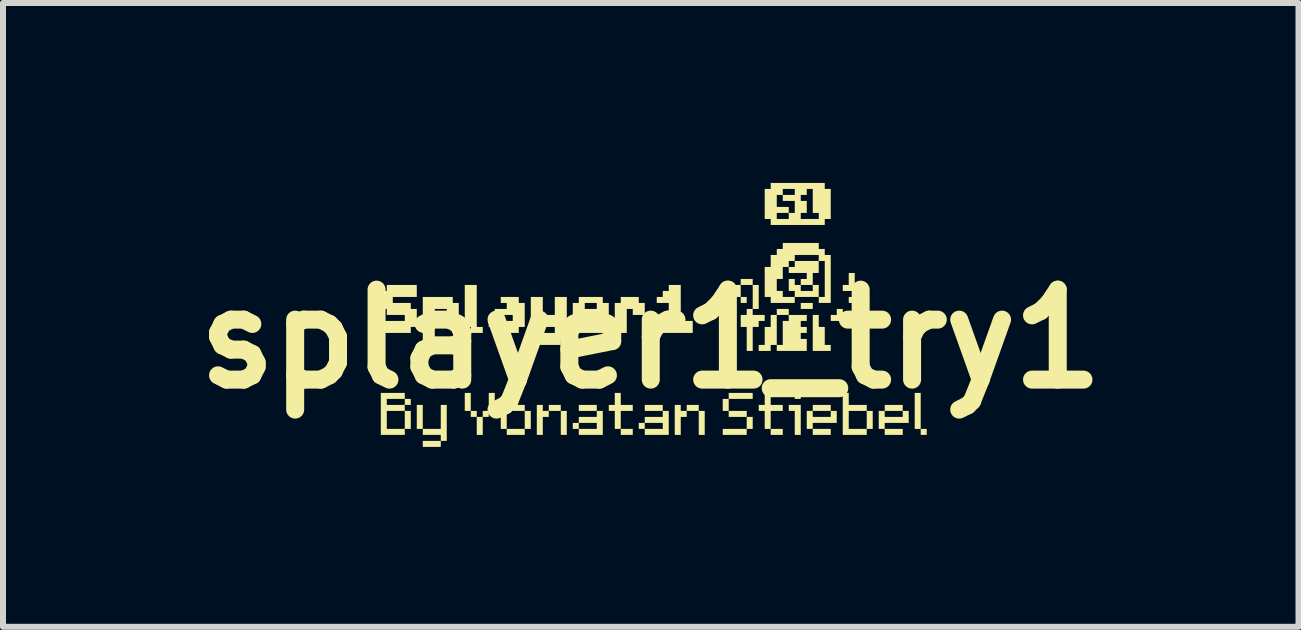
<source format=kicad_pcb>
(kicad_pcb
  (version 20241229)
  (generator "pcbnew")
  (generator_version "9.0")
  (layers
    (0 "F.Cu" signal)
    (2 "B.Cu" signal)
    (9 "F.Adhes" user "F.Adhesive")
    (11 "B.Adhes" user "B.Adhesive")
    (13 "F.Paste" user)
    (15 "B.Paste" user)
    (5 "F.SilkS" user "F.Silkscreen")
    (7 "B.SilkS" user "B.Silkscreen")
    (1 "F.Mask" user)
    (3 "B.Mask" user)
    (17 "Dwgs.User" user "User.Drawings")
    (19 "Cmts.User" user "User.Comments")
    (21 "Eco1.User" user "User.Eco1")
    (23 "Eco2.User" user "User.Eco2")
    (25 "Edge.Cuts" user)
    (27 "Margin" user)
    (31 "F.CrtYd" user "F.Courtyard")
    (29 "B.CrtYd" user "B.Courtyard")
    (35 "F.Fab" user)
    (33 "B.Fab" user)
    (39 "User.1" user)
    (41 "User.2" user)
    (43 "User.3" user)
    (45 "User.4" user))
  (footprint "splayer1_try1"
    (layer "F.Cu")
    (at 7.8 2.601)
    (property "Reference" "splayer1_try1" (at 0 0 0) (layer "F.SilkS") (effects (font (size 1.5 1.5) (thickness 0.3))))
    (attr board_only exclude_from_pos_files exclude_from_bom)
    (fp_poly (pts (xy -3.001 1.05) (xy -3.001 1.2) (xy -3.051 1.2) (xy -3.101 1.2) (xy -3.101 1.05) (xy -3.101 0.9) (xy -3.051 0.9) (xy -3.001 0.9)) (stroke (width 0) (type solid)) (fill yes) (layer "F.SilkS"))
    (fp_poly (pts (xy -1.4 1.4) (xy -1.4 1.6) (xy -1.45 1.6) (xy -1.5 1.6) (xy -1.5 1.4) (xy -1.5 1.2) (xy -1.45 1.2) (xy -1.4 1.2)) (stroke (width 0) (type solid)) (fill yes) (layer "F.SilkS"))
    (fp_poly (pts (xy -0.9 1.15) (xy -0.9 1.2) (xy -1.05 1.2) (xy -1.2 1.2) (xy -1.2 1.15) (xy -1.2 1.1) (xy -1.05 1.1) (xy -0.9 1.1)) (stroke (width 0) (type solid)) (fill yes) (layer "F.SilkS"))
    (fp_poly (pts (xy -0.3 1.55) (xy -0.3 1.6) (xy -0.4 1.6) (xy -0.5 1.6) (xy -0.5 1.55) (xy -0.5 1.5) (xy -0.4 1.5) (xy -0.3 1.5)) (stroke (width 0) (type solid)) (fill yes) (layer "F.SilkS"))
    (fp_poly (pts (xy 0.2 1.15) (xy 0.2 1.2) (xy 0.05 1.2) (xy -0.1 1.2) (xy -0.1 1.15) (xy -0.1 1.1) (xy 0.05 1.1) (xy 0.2 1.1)) (stroke (width 0) (type solid)) (fill yes) (layer "F.SilkS"))
    (fp_poly (pts (xy 0.9 1.4) (xy 0.9 1.6) (xy 0.85 1.6) (xy 0.8 1.6) (xy 0.8 1.4) (xy 0.8 1.2) (xy 0.85 1.2) (xy 0.9 1.2)) (stroke (width 0) (type solid)) (fill yes) (layer "F.SilkS"))
    (fp_poly (pts (xy 1.6 -0.65) (xy 1.6 -0.6) (xy 1.55 -0.6) (xy 1.5 -0.6) (xy 1.5 -0.65) (xy 1.5 -0.7) (xy 1.55 -0.7) (xy 1.6 -0.7)) (stroke (width 0) (type solid)) (fill yes) (layer "F.SilkS"))
    (fp_poly (pts (xy 1.6 1.25) (xy 1.6 1.3) (xy 1.45 1.3) (xy 1.3 1.3) (xy 1.3 1.25) (xy 1.3 1.2) (xy 1.45 1.2) (xy 1.6 1.2)) (stroke (width 0) (type solid)) (fill yes) (layer "F.SilkS"))
    (fp_poly (pts (xy 2.201 1.55) (xy 2.201 1.6) (xy 2.101 1.6) (xy 2 1.6) (xy 2 1.55) (xy 2 1.5) (xy 2.101 1.5) (xy 2.201 1.5)) (stroke (width 0) (type solid)) (fill yes) (layer "F.SilkS"))
    (fp_poly (pts (xy 2.501 0.95) (xy 2.501 1) (xy 2.451 1) (xy 2.401 1) (xy 2.401 0.95) (xy 2.401 0.9) (xy 2.451 0.9) (xy 2.501 0.9)) (stroke (width 0) (type solid)) (fill yes) (layer "F.SilkS"))
    (fp_poly (pts (xy 2.701 -0.55) (xy 2.701 -0.5) (xy 2.601 -0.5) (xy 2.501 -0.5) (xy 2.501 -0.55) (xy 2.501 -0.6) (xy 2.601 -0.6) (xy 2.701 -0.6)) (stroke (width 0) (type solid)) (fill yes) (layer "F.SilkS"))
    (fp_poly (pts (xy 3.001 1.55) (xy 3.001 1.6) (xy 2.851 1.6) (xy 2.701 1.6) (xy 2.701 1.55) (xy 2.701 1.5) (xy 2.851 1.5) (xy 3.001 1.5)) (stroke (width 0) (type solid)) (fill yes) (layer "F.SilkS"))
    (fp_poly (pts (xy 4.201 1.55) (xy 4.201 1.6) (xy 4.051 1.6) (xy 3.901 1.6) (xy 3.901 1.55) (xy 3.901 1.5) (xy 4.051 1.5) (xy 4.201 1.5)) (stroke (width 0) (type solid)) (fill yes) (layer "F.SilkS"))
    (fp_poly (pts (xy 4.501 1.2) (xy 4.501 1.5) (xy 4.451 1.5) (xy 4.401 1.5) (xy 4.401 1.2) (xy 4.401 0.9) (xy 4.451 0.9) (xy 4.501 0.9)) (stroke (width 0) (type solid)) (fill yes) (layer "F.SilkS"))
    (fp_poly (pts (xy 4.601 1.55) (xy 4.601 1.6) (xy 4.551 1.6) (xy 4.501 1.6) (xy 4.501 1.55) (xy 4.501 1.5) (xy 4.551 1.5) (xy 4.601 1.5)) (stroke (width 0) (type solid)) (fill yes) (layer "F.SilkS"))
    (fp_poly (pts (xy 2.501 1.35) (xy 2.501 1.6) (xy 2.451 1.6) (xy 2.401 1.6) (xy 2.401 1.4) (xy 2.401 1.2) (xy 2.351 1.2) (xy 2.301 1.2) (xy 2.301 1.15) (xy 2.301 1.1) (xy 2.401 1.1) (xy 2.501 1.1)) (stroke (width 0) (type solid)) (fill yes) (layer "F.SilkS"))
    (fp_poly (pts (xy 3.401 -0.95) (xy 3.401 -0.8) (xy 3.301 -0.8) (xy 3.201 -0.8) (xy 3.201 -0.85) (xy 3.201 -0.9) (xy 3.251 -0.9) (xy 3.301 -0.9) (xy 3.301 -1) (xy 3.301 -1.1) (xy 3.351 -1.1) (xy 3.401 -1.1)) (stroke (width 0) (type solid)) (fill yes) (layer "F.SilkS"))
    (fp_poly (pts (xy -2.901 -0.55) (xy -2.901 -0.2) (xy -2.851 -0.2) (xy -2.801 -0.2) (xy -2.801 -0.15) (xy -2.801 -0.1) (xy -2.901 -0.1) (xy -3.001 -0.1) (xy -3.001 -0.15) (xy -3.001 -0.2) (xy -3.051 -0.2) (xy -3.101 -0.2) (xy -3.101 -0.55) (xy -3.101 -0.9) (xy -3.001 -0.9) (xy -2.901 -0.9)) (stroke (width 0) (type solid)) (fill yes) (layer "F.SilkS"))
    (fp_poly (pts (xy 1.7 -0.95) (xy 1.7 -0.9) (xy 1.6 -0.9) (xy 1.5 -0.9) (xy 1.5 -0.8) (xy 1.5 -0.7) (xy 1.45 -0.7) (xy 1.4 -0.7) (xy 1.4 -0.8) (xy 1.4 -0.9) (xy 1.45 -0.9) (xy 1.5 -0.9) (xy 1.5 -0.95) (xy 1.5 -1) (xy 1.6 -1) (xy 1.7 -1)) (stroke (width 0) (type solid)) (fill yes) (layer "F.SilkS"))
    (fp_poly (pts (xy 1.7 0.95) (xy 1.7 1) (xy 1.5 1) (xy 1.3 1) (xy 1.3 1.1) (xy 1.3 1.2) (xy 1.25 1.2) (xy 1.2 1.2) (xy 1.2 1.1) (xy 1.2 1) (xy 1.25 1) (xy 1.3 1) (xy 1.3 0.95) (xy 1.3 0.9) (xy 1.5 0.9) (xy 1.7 0.9)) (stroke (width 0) (type solid)) (fill yes) (layer "F.SilkS"))
    (fp_poly (pts (xy 1.7 1.4) (xy 1.7 1.5) (xy 1.65 1.5) (xy 1.6 1.5) (xy 1.6 1.55) (xy 1.6 1.6) (xy 1.4 1.6) (xy 1.2 1.6) (xy 1.2 1.55) (xy 1.2 1.5) (xy 1.4 1.5) (xy 1.6 1.5) (xy 1.6 1.4) (xy 1.6 1.3) (xy 1.65 1.3) (xy 1.7 1.3)) (stroke (width 0) (type solid)) (fill yes) (layer "F.SilkS"))
    (fp_poly (pts (xy 2.801 -0.3) (xy 2.801 -0.2) (xy 2.851 -0.2) (xy 2.901 -0.2) (xy 2.901 -0.05) (xy 2.901 0.1) (xy 2.951 0.1) (xy 3.001 0.1) (xy 3.001 0.15) (xy 3.001 0.2) (xy 2.851 0.2) (xy 2.701 0.2) (xy 2.701 -0.1) (xy 2.701 -0.4) (xy 2.751 -0.4) (xy 2.801 -0.4)) (stroke (width 0) (type solid)) (fill yes) (layer "F.SilkS"))
    (fp_poly (pts (xy 3.201 -0.45) (xy 3.201 -0.4) (xy 3.301 -0.4) (xy 3.401 -0.4) (xy 3.401 -0.35) (xy 3.401 -0.3) (xy 3.201 -0.3) (xy 3.001 -0.3) (xy 3.001 -0.35) (xy 3.001 -0.4) (xy 3.051 -0.4) (xy 3.101 -0.4) (xy 3.101 -0.45) (xy 3.101 -0.5) (xy 3.151 -0.5) (xy 3.201 -0.5)) (stroke (width 0) (type solid)) (fill yes) (layer "F.SilkS"))
    (fp_poly (pts (xy 3.501 -0.75) (xy 3.501 -0.7) (xy 3.451 -0.7) (xy 3.401 -0.7) (xy 3.401 -0.65) (xy 3.401 -0.6) (xy 3.351 -0.6) (xy 3.301 -0.6) (xy 3.301 -0.65) (xy 3.301 -0.7) (xy 3.351 -0.7) (xy 3.401 -0.7) (xy 3.401 -0.75) (xy 3.401 -0.8) (xy 3.451 -0.8) (xy 3.501 -0.8)) (stroke (width 0) (type solid)) (fill yes) (layer "F.SilkS"))
    (fp_poly (pts (xy -1.8 1.15) (xy -1.8 1.2) (xy -1.75 1.2) (xy -1.7 1.2) (xy -1.7 1.15) (xy -1.7 1.1) (xy -1.6 1.1) (xy -1.5 1.1) (xy -1.5 1.15) (xy -1.5 1.2) (xy -1.6 1.2) (xy -1.7 1.2) (xy -1.7 1.25) (xy -1.7 1.3) (xy -1.75 1.3) (xy -1.8 1.3) (xy -1.8 1.45) (xy -1.8 1.6) (xy -1.85 1.6) (xy -1.9 1.6) (xy -1.9 1.35) (xy -1.9 1.1) (xy -1.85 1.1) (xy -1.8 1.1)) (stroke (width 0) (type solid)) (fill yes) (layer "F.SilkS"))
    (fp_poly (pts (xy -0.5 1) (xy -0.5 1.1) (xy -0.4 1.1) (xy -0.3 1.1) (xy -0.3 1.15) (xy -0.3 1.2) (xy -0.4 1.2) (xy -0.5 1.2) (xy -0.5 1.35) (xy -0.5 1.5) (xy -0.55 1.5) (xy -0.6 1.5) (xy -0.6 1.35) (xy -0.6 1.2) (xy -0.65 1.2) (xy -0.7 1.2) (xy -0.7 1.15) (xy -0.7 1.1) (xy -0.65 1.1) (xy -0.6 1.1) (xy -0.6 1) (xy -0.6 0.9) (xy -0.55 0.9) (xy -0.5 0.9)) (stroke (width 0) (type solid)) (fill yes) (layer "F.SilkS"))
    (fp_poly (pts (xy -0.2 -0.65) (xy -0.2 -0.6) (xy -0.15 -0.6) (xy -0.1 -0.6) (xy -0.1 -0.5) (xy -0.1 -0.4) (xy -0.2 -0.4) (xy -0.3 -0.4) (xy -0.3 -0.45) (xy -0.3 -0.5) (xy -0.35 -0.5) (xy -0.4 -0.5) (xy -0.4 -0.3) (xy -0.4 -0.1) (xy -0.5 -0.1) (xy -0.6 -0.1) (xy -0.6 -0.35) (xy -0.6 -0.6) (xy -0.55 -0.6) (xy -0.5 -0.6) (xy -0.5 -0.65) (xy -0.5 -0.7) (xy -0.35 -0.7) (xy -0.2 -0.7)) (stroke (width 0) (type solid)) (fill yes) (layer "F.SilkS"))
    (fp_poly (pts (xy 0.5 1.15) (xy 0.5 1.2) (xy 0.55 1.2) (xy 0.6 1.2) (xy 0.6 1.15) (xy 0.6 1.1) (xy 0.7 1.1) (xy 0.8 1.1) (xy 0.8 1.15) (xy 0.8 1.2) (xy 0.7 1.2) (xy 0.6 1.2) (xy 0.6 1.25) (xy 0.6 1.3) (xy 0.55 1.3) (xy 0.5 1.3) (xy 0.5 1.45) (xy 0.5 1.6) (xy 0.45 1.6) (xy 0.4 1.6) (xy 0.4 1.35) (xy 0.4 1.1) (xy 0.45 1.1) (xy 0.5 1.1)) (stroke (width 0) (type solid)) (fill yes) (layer "F.SilkS"))
    (fp_poly (pts (xy 2 1) (xy 2 1.1) (xy 2.101 1.1) (xy 2.201 1.1) (xy 2.201 1.15) (xy 2.201 1.2) (xy 2.101 1.2) (xy 2 1.2) (xy 2 1.35) (xy 2 1.5) (xy 1.95 1.5) (xy 1.9 1.5) (xy 1.9 1.35) (xy 1.9 1.2) (xy 1.85 1.2) (xy 1.8 1.2) (xy 1.8 1.15) (xy 1.8 1.1) (xy 1.85 1.1) (xy 1.9 1.1) (xy 1.9 1) (xy 1.9 0.9) (xy 1.95 0.9) (xy 2 0.9)) (stroke (width 0) (type solid)) (fill yes) (layer "F.SilkS"))
    (fp_poly (pts (xy 2.801 -1.2) (xy 2.801 -1.1) (xy 2.751 -1.1) (xy 2.701 -1.1) (xy 2.701 -1) (xy 2.701 -0.9) (xy 2.601 -0.9) (xy 2.501 -0.9) (xy 2.501 -0.95) (xy 2.501 -1) (xy 2.551 -1) (xy 2.601 -1) (xy 2.601 -1.05) (xy 2.601 -1.1) (xy 2.451 -1.1) (xy 2.301 -1.1) (xy 2.301 -1.15) (xy 2.301 -1.2) (xy 2.351 -1.2) (xy 2.401 -1.2) (xy 2.401 -1.25) (xy 2.401 -1.3) (xy 2.601 -1.3) (xy 2.801 -1.3)) (stroke (width 0) (type solid)) (fill yes) (layer "F.SilkS"))
    (fp_poly (pts (xy -0.8 1.4) (xy -0.8 1.6) (xy -1 1.6) (xy -1.2 1.6) (xy -1.2 1.55) (xy -1.2 1.5) (xy -1.25 1.5) (xy -1.3 1.5) (xy -1.3 1.45) (xy -1.3 1.4) (xy -1.25 1.4) (xy -1.2 1.4) (xy -1.2 1.45) (xy -1.2 1.5) (xy -1.05 1.5) (xy -0.9 1.5) (xy -0.9 1.45) (xy -0.9 1.4) (xy -1.05 1.4) (xy -1.2 1.4) (xy -1.2 1.35) (xy -1.2 1.3) (xy -1.05 1.3) (xy -0.9 1.3) (xy -0.9 1.25) (xy -0.9 1.2) (xy -0.85 1.2) (xy -0.8 1.2)) (stroke (width 0) (type solid)) (fill yes) (layer "F.SilkS"))
    (fp_poly (pts (xy 0.3 1.4) (xy 0.3 1.6) (xy 0.1 1.6) (xy -0.1 1.6) (xy -0.1 1.55) (xy -0.1 1.5) (xy -0.15 1.5) (xy -0.2 1.5) (xy -0.2 1.45) (xy -0.2 1.4) (xy -0.15 1.4) (xy -0.1 1.4) (xy -0.1 1.45) (xy -0.1 1.5) (xy 0.05 1.5) (xy 0.2 1.5) (xy 0.2 1.45) (xy 0.2 1.4) (xy 0.05 1.4) (xy -0.1 1.4) (xy -0.1 1.35) (xy -0.1 1.3) (xy 0.05 1.3) (xy 0.2 1.3) (xy 0.2 1.25) (xy 0.2 1.2) (xy 0.25 1.2) (xy 0.3 1.2)) (stroke (width 0) (type solid)) (fill yes) (layer "F.SilkS"))
    (fp_poly (pts (xy 0.5 -0.6) (xy 0.5 -0.3) (xy 0.6 -0.3) (xy 0.7 -0.3) (xy 0.7 -0.2) (xy 0.7 -0.1) (xy 0.4 -0.1) (xy 0.1 -0.1) (xy 0.1 -0.2) (xy 0.1 -0.3) (xy 0.2 -0.3) (xy 0.3 -0.3) (xy 0.3 -0.45) (xy 0.3 -0.6) (xy 0.2 -0.6) (xy 0.1 -0.6) (xy 0.1 -0.65) (xy 0.1 -0.7) (xy 0.15 -0.7) (xy 0.2 -0.7) (xy 0.2 -0.75) (xy 0.2 -0.8) (xy 0.25 -0.8) (xy 0.3 -0.8) (xy 0.3 -0.85) (xy 0.3 -0.9) (xy 0.4 -0.9) (xy 0.5 -0.9)) (stroke (width 0) (type solid)) (fill yes) (layer "F.SilkS"))
    (fp_poly (pts (xy 3.001 1.15) (xy 3.001 1.2) (xy 2.851 1.2) (xy 2.701 1.2) (xy 2.701 1.25) (xy 2.701 1.3) (xy 2.851 1.3) (xy 3.001 1.3) (xy 3.001 1.25) (xy 3.001 1.2) (xy 3.051 1.2) (xy 3.101 1.2) (xy 3.101 1.3) (xy 3.101 1.4) (xy 2.901 1.4) (xy 2.701 1.4) (xy 2.701 1.45) (xy 2.701 1.5) (xy 2.651 1.5) (xy 2.601 1.5) (xy 2.601 1.35) (xy 2.601 1.2) (xy 2.651 1.2) (xy 2.701 1.2) (xy 2.701 1.15) (xy 2.701 1.1) (xy 2.851 1.1) (xy 3.001 1.1)) (stroke (width 0) (type solid)) (fill yes) (layer "F.SilkS"))
    (fp_poly (pts (xy 3.301 1) (xy 3.301 1.1) (xy 3.451 1.1) (xy 3.601 1.1) (xy 3.601 1.15) (xy 3.601 1.2) (xy 3.451 1.2) (xy 3.301 1.2) (xy 3.301 1.35) (xy 3.301 1.5) (xy 3.451 1.5) (xy 3.601 1.5) (xy 3.601 1.35) (xy 3.601 1.2) (xy 3.651 1.2) (xy 3.701 1.2) (xy 3.701 1.35) (xy 3.701 1.5) (xy 3.651 1.5) (xy 3.601 1.5) (xy 3.601 1.55) (xy 3.601 1.6) (xy 3.401 1.6) (xy 3.201 1.6) (xy 3.201 1.25) (xy 3.201 0.9) (xy 3.251 0.9) (xy 3.301 0.9)) (stroke (width 0) (type solid)) (fill yes) (layer "F.SilkS"))
    (fp_poly (pts (xy 4.201 1.15) (xy 4.201 1.2) (xy 4.051 1.2) (xy 3.901 1.2) (xy 3.901 1.25) (xy 3.901 1.3) (xy 4.051 1.3) (xy 4.201 1.3) (xy 4.201 1.25) (xy 4.201 1.2) (xy 4.251 1.2) (xy 4.301 1.2) (xy 4.301 1.3) (xy 4.301 1.4) (xy 4.101 1.4) (xy 3.901 1.4) (xy 3.901 1.45) (xy 3.901 1.5) (xy 3.851 1.5) (xy 3.801 1.5) (xy 3.801 1.35) (xy 3.801 1.2) (xy 3.851 1.2) (xy 3.901 1.2) (xy 3.901 1.15) (xy 3.901 1.1) (xy 4.051 1.1) (xy 4.201 1.1)) (stroke (width 0) (type solid)) (fill yes) (layer "F.SilkS"))
    (fp_poly (pts (xy -3.301 -0.65) (xy -3.301 -0.6) (xy -3.251 -0.6) (xy -3.201 -0.6) (xy -3.201 -0.45) (xy -3.201 -0.3) (xy -3.251 -0.3) (xy -3.301 -0.3) (xy -3.301 -0.25) (xy -3.301 -0.2) (xy -3.451 -0.2) (xy -3.601 -0.2) (xy -3.601 -0.05) (xy -3.601 0.1) (xy -3.701 0.1) (xy -3.801 0.1) (xy -3.801 -0.3) (xy -3.801 -0.5) (xy -3.601 -0.5) (xy -3.601 -0.45) (xy -3.601 -0.4) (xy -3.501 -0.4) (xy -3.401 -0.4) (xy -3.401 -0.45) (xy -3.401 -0.5) (xy -3.501 -0.5) (xy -3.601 -0.5) (xy -3.801 -0.5) (xy -3.801 -0.7) (xy -3.551 -0.7) (xy -3.301 -0.7)) (stroke (width 0) (type solid)) (fill yes) (layer "F.SilkS"))
    (fp_poly (pts (xy -3.801 1.3) (xy -3.801 1.5) (xy -3.651 1.5) (xy -3.501 1.5) (xy -3.501 1.3) (xy -3.501 1.1) (xy -3.451 1.1) (xy -3.401 1.1) (xy -3.401 1.4) (xy -3.401 1.7) (xy -3.451 1.7) (xy -3.501 1.7) (xy -3.501 1.75) (xy -3.501 1.8) (xy -3.651 1.8) (xy -3.801 1.8) (xy -3.801 1.75) (xy -3.801 1.7) (xy -3.651 1.7) (xy -3.501 1.7) (xy -3.501 1.65) (xy -3.501 1.6) (xy -3.651 1.6) (xy -3.801 1.6) (xy -3.801 1.55) (xy -3.801 1.5) (xy -3.851 1.5) (xy -3.901 1.5) (xy -3.901 1.3) (xy -3.901 1.1) (xy -3.851 1.1) (xy -3.801 1.1)) (stroke (width 0) (type solid)) (fill yes) (layer "F.SilkS"))
    (fp_poly (pts (xy -2.601 1.05) (xy -2.601 1.2) (xy -2.651 1.2) (xy -2.701 1.2) (xy -2.701 1.25) (xy -2.701 1.3) (xy -2.751 1.3) (xy -2.801 1.3) (xy -2.801 1.45) (xy -2.801 1.6) (xy -2.851 1.6) (xy -2.901 1.6) (xy -2.901 1.45) (xy -2.901 1.3) (xy -2.951 1.3) (xy -3.001 1.3) (xy -3.001 1.25) (xy -3.001 1.2) (xy -2.951 1.2) (xy -2.901 1.2) (xy -2.901 1.25) (xy -2.901 1.3) (xy -2.851 1.3) (xy -2.801 1.3) (xy -2.801 1.25) (xy -2.801 1.2) (xy -2.751 1.2) (xy -2.701 1.2) (xy -2.701 1.05) (xy -2.701 0.9) (xy -2.651 0.9) (xy -2.601 0.9)) (stroke (width 0) (type solid)) (fill yes) (layer "F.SilkS"))
    (fp_poly (pts (xy -2.101 1.15) (xy -2.101 1.2) (xy -2.251 1.2) (xy -2.401 1.2) (xy -2.401 1.35) (xy -2.401 1.5) (xy -2.251 1.5) (xy -2.101 1.5) (xy -2.101 1.35) (xy -2.101 1.2) (xy -2.051 1.2) (xy -2 1.2) (xy -2 1.35) (xy -2 1.5) (xy -2.051 1.5) (xy -2.101 1.5) (xy -2.101 1.55) (xy -2.101 1.6) (xy -2.251 1.6) (xy -2.401 1.6) (xy -2.401 1.55) (xy -2.401 1.5) (xy -2.451 1.5) (xy -2.501 1.5) (xy -2.501 1.35) (xy -2.501 1.2) (xy -2.451 1.2) (xy -2.401 1.2) (xy -2.401 1.15) (xy -2.401 1.1) (xy -2.251 1.1) (xy -2.101 1.1)) (stroke (width 0) (type solid)) (fill yes) (layer "F.SilkS"))
    (fp_poly (pts (xy -1.8 -0.55) (xy -1.8 -0.4) (xy -1.7 -0.4) (xy -1.6 -0.4) (xy -1.6 -0.55) (xy -1.6 -0.7) (xy -1.5 -0.7) (xy -1.4 -0.7) (xy -1.4 -0.35) (xy -1.4 0) (xy -1.45 0) (xy -1.5 0) (xy -1.5 0.05) (xy -1.5 0.1) (xy -1.75 0.1) (xy -2 0.1) (xy -2 0) (xy -2 -0.1) (xy -1.8 -0.1) (xy -1.6 -0.1) (xy -1.6 -0.15) (xy -1.6 -0.2) (xy -1.75 -0.2) (xy -1.9 -0.2) (xy -1.9 -0.25) (xy -1.9 -0.3) (xy -1.95 -0.3) (xy -2 -0.3) (xy -2 -0.5) (xy -2 -0.7) (xy -1.9 -0.7) (xy -1.8 -0.7)) (stroke (width 0) (type solid)) (fill yes) (layer "F.SilkS"))
    (fp_poly (pts (xy 1.8 -0.7) (xy 1.8 -0.5) (xy 1.75 -0.5) (xy 1.7 -0.5) (xy 1.7 -0.45) (xy 1.7 -0.4) (xy 1.8 -0.4) (xy 1.9 -0.4) (xy 1.9 -0.35) (xy 1.9 -0.3) (xy 1.85 -0.3) (xy 1.8 -0.3) (xy 1.8 -0.25) (xy 1.8 -0.2) (xy 1.75 -0.2) (xy 1.7 -0.2) (xy 1.7 0) (xy 1.7 0.2) (xy 1.65 0.2) (xy 1.6 0.2) (xy 1.6 0) (xy 1.6 -0.2) (xy 1.55 -0.2) (xy 1.5 -0.2) (xy 1.5 -0.3) (xy 1.5 -0.4) (xy 1.55 -0.4) (xy 1.6 -0.4) (xy 1.6 -0.45) (xy 1.6 -0.5) (xy 1.65 -0.5) (xy 1.7 -0.5) (xy 1.7 -0.7) (xy 1.7 -0.9) (xy 1.75 -0.9) (xy 1.8 -0.9)) (stroke (width 0) (type solid)) (fill yes) (layer "F.SilkS"))
    (fp_poly (pts (xy -4.101 0.95) (xy -4.101 1) (xy -4.251 1) (xy -4.401 1) (xy -4.401 1.05) (xy -4.401 1.1) (xy -4.251 1.1) (xy -4.101 1.1) (xy -4.101 1.05) (xy -4.101 1) (xy -4.051 1) (xy -4.001 1) (xy -4.001 1.05) (xy -4.001 1.1) (xy -4.051 1.1) (xy -4.101 1.1) (xy -4.101 1.15) (xy -4.101 1.2) (xy -4.251 1.2) (xy -4.401 1.2) (xy -4.401 1.35) (xy -4.401 1.5) (xy -4.251 1.5) (xy -4.101 1.5) (xy -4.101 1.35) (xy -4.101 1.2) (xy -4.051 1.2) (xy -4.001 1.2) (xy -4.001 1.35) (xy -4.001 1.5) (xy -4.051 1.5) (xy -4.101 1.5) (xy -4.101 1.55) (xy -4.101 1.6) (xy -4.301 1.6) (xy -4.501 1.6) (xy -4.501 1.25) (xy -4.501 0.9) (xy -4.301 0.9) (xy -4.101 0.9)) (stroke (width 0) (type solid)) (fill yes) (layer "F.SilkS"))
    (fp_poly (pts (xy -3.901 -0.8) (xy -3.901 -0.7) (xy -4.101 -0.7) (xy -4.301 -0.7) (xy -4.301 -0.65) (xy -4.301 -0.6) (xy -4.151 -0.6) (xy -4.001 -0.6) (xy -4.001 -0.55) (xy -4.001 -0.5) (xy -3.951 -0.5) (xy -3.901 -0.5) (xy -3.901 -0.35) (xy -3.901 -0.2) (xy -3.951 -0.2) (xy -4.001 -0.2) (xy -4.001 -0.15) (xy -4.001 -0.1) (xy -4.251 -0.1) (xy -4.501 -0.1) (xy -4.501 -0.2) (xy -4.501 -0.3) (xy -4.301 -0.3) (xy -4.101 -0.3) (xy -4.101 -0.35) (xy -4.101 -0.4) (xy -4.251 -0.4) (xy -4.401 -0.4) (xy -4.401 -0.45) (xy -4.401 -0.5) (xy -4.451 -0.5) (xy -4.501 -0.5) (xy -4.501 -0.65) (xy -4.501 -0.8) (xy -4.451 -0.8) (xy -4.401 -0.8) (xy -4.401 -0.85) (xy -4.401 -0.9) (xy -4.151 -0.9) (xy -3.901 -0.9)) (stroke (width 0) (type solid)) (fill yes) (layer "F.SilkS"))
    (fp_poly (pts (xy -2.201 -0.65) (xy -2.201 -0.6) (xy -2.151 -0.6) (xy -2.101 -0.6) (xy -2.101 -0.4) (xy -2.101 -0.2) (xy -2.151 -0.2) (xy -2.201 -0.2) (xy -2.201 -0.15) (xy -2.201 -0.1) (xy -2.401 -0.1) (xy -2.601 -0.1) (xy -2.601 -0.15) (xy -2.601 -0.2) (xy -2.651 -0.2) (xy -2.701 -0.2) (xy -2.701 -0.3) (xy -2.701 -0.4) (xy -2.651 -0.4) (xy -2.601 -0.4) (xy -2.501 -0.4) (xy -2.501 -0.35) (xy -2.501 -0.3) (xy -2.401 -0.3) (xy -2.301 -0.3) (xy -2.301 -0.35) (xy -2.301 -0.4) (xy -2.401 -0.4) (xy -2.501 -0.4) (xy -2.601 -0.4) (xy -2.601 -0.45) (xy -2.601 -0.5) (xy -2.501 -0.5) (xy -2.401 -0.5) (xy -2.401 -0.55) (xy -2.401 -0.6) (xy -2.451 -0.6) (xy -2.501 -0.6) (xy -2.501 -0.65) (xy -2.501 -0.7) (xy -2.351 -0.7) (xy -2.201 -0.7)) (stroke (width 0) (type solid)) (fill yes) (layer "F.SilkS"))
    (fp_poly (pts (xy -0.8 -0.65) (xy -0.8 -0.6) (xy -0.75 -0.6) (xy -0.7 -0.6) (xy -0.7 -0.5) (xy -0.7 -0.4) (xy -0.9 -0.4) (xy -1.1 -0.4) (xy -1.1 -0.35) (xy -1.1 -0.3) (xy -0.9 -0.3) (xy -0.7 -0.3) (xy -0.7 -0.25) (xy -0.7 -0.2) (xy -0.75 -0.2) (xy -0.8 -0.2) (xy -0.8 -0.15) (xy -0.8 -0.1) (xy -1 -0.1) (xy -1.2 -0.1) (xy -1.2 -0.15) (xy -1.2 -0.2) (xy -1.25 -0.2) (xy -1.3 -0.2) (xy -1.3 -0.4) (xy -1.3 -0.6) (xy -1.25 -0.6) (xy -1.2 -0.6) (xy -1.1 -0.6) (xy -1.1 -0.55) (xy -1.1 -0.5) (xy -1 -0.5) (xy -0.9 -0.5) (xy -0.9 -0.55) (xy -0.9 -0.6) (xy -1 -0.6) (xy -1.1 -0.6) (xy -1.2 -0.6) (xy -1.2 -0.65) (xy -1.2 -0.7) (xy -1 -0.7) (xy -0.8 -0.7)) (stroke (width 0) (type solid)) (fill yes) (layer "F.SilkS"))
    (fp_poly (pts (xy 2.301 -0.45) (xy 2.301 -0.4) (xy 2.201 -0.4) (xy 2.101 -0.4) (xy 2.101 -0.15) (xy 2.101 0.1) (xy 2.151 0.1) (xy 2.201 0.1) (xy 2.201 -0.1) (xy 2.201 -0.3) (xy 2.251 -0.3) (xy 2.301 -0.3) (xy 2.301 -0.35) (xy 2.301 -0.4) (xy 2.451 -0.4) (xy 2.601 -0.4) (xy 2.601 -0.35) (xy 2.601 -0.3) (xy 2.551 -0.3) (xy 2.501 -0.3) (xy 2.501 -0.25) (xy 2.501 -0.2) (xy 2.551 -0.2) (xy 2.601 -0.2) (xy 2.601 -0.15) (xy 2.601 -0.1) (xy 2.551 -0.1) (xy 2.501 -0.1) (xy 2.501 -0.05) (xy 2.501 0) (xy 2.551 0) (xy 2.601 0) (xy 2.601 0.1) (xy 2.601 0.2) (xy 2.351 0.2) (xy 2.101 0.2) (xy 2.101 0.15) (xy 2.101 0.1) (xy 2.051 0.1) (xy 2 0.1) (xy 2 0.15) (xy 2 0.2) (xy 1.9 0.2) (xy 1.8 0.2) (xy 1.8 0.15) (xy 1.8 0.1) (xy 1.85 0.1) (xy 1.9 0.1) (xy 1.9 -0.05) (xy 1.9 -0.2) (xy 1.95 -0.2) (xy 2 -0.2) (xy 2 -0.3) (xy 2 -0.4) (xy 2.051 -0.4) (xy 2.101 -0.4) (xy 2.101 -0.45) (xy 2.101 -0.5) (xy 2.201 -0.5) (xy 2.301 -0.5)) (stroke (width 0) (type solid)) (fill yes) (layer "F.SilkS"))
    (fp_poly (pts (xy 2.901 -2.551) (xy 2.901 -2.501) (xy 2.951 -2.501) (xy 3.001 -2.501) (xy 3.001 -2.251) (xy 3.001 -2) (xy 2.951 -2) (xy 2.901 -2) (xy 2.901 -1.95) (xy 2.901 -1.9) (xy 2.451 -1.9) (xy 2 -1.9) (xy 2 -1.95) (xy 2 -2) (xy 2.101 -2) (xy 2.201 -2) (xy 2.301 -2) (xy 2.501 -2) (xy 2.651 -2) (xy 2.801 -2) (xy 2.801 -2.051) (xy 2.801 -2.101) (xy 2.751 -2.101) (xy 2.701 -2.101) (xy 2.701 -2.301) (xy 2.701 -2.501) (xy 2.651 -2.501) (xy 2.601 -2.501) (xy 2.601 -2.451) (xy 2.601 -2.401) (xy 2.551 -2.401) (xy 2.501 -2.401) (xy 2.501 -2.351) (xy 2.501 -2.301) (xy 2.551 -2.301) (xy 2.601 -2.301) (xy 2.601 -2.201) (xy 2.601 -2.101) (xy 2.551 -2.101) (xy 2.501 -2.101) (xy 2.501 -2.051) (xy 2.501 -2) (xy 2.301 -2) (xy 2.301 -2.051) (xy 2.301 -2.101) (xy 2.351 -2.101) (xy 2.401 -2.101) (xy 2.401 -2.201) (xy 2.401 -2.301) (xy 2.301 -2.301) (xy 2.201 -2.301) (xy 2.201 -2.351) (xy 2.201 -2.401) (xy 2.301 -2.401) (xy 2.401 -2.401) (xy 2.401 -2.451) (xy 2.401 -2.501) (xy 2.301 -2.501) (xy 2.201 -2.501) (xy 2.201 -2.451) (xy 2.201 -2.401) (xy 2.151 -2.401) (xy 2.101 -2.401) (xy 2.101 -2.301) (xy 2.101 -2.201) (xy 2.201 -2.201) (xy 2.301 -2.201) (xy 2.301 -2.151) (xy 2.301 -2.101) (xy 2.201 -2.101) (xy 2.101 -2.101) (xy 2.101 -2.051) (xy 2.101 -2) (xy 2 -2) (xy 1.95 -2) (xy 1.9 -2) (xy 1.9 -2.251) (xy 1.9 -2.501) (xy 1.95 -2.501) (xy 2 -2.501) (xy 2 -2.551) (xy 2 -2.601) (xy 2.451 -2.601) (xy 2.901 -2.601)) (stroke (width 0) (type solid)) (fill yes) (layer "F.SilkS"))
    (fp_poly (pts (xy 2.801 -1.55) (xy 2.801 -1.5) (xy 2.851 -1.5) (xy 2.901 -1.5) (xy 2.901 -1.45) (xy 2.901 -1.4) (xy 2.951 -1.4) (xy 3.001 -1.4) (xy 3.001 -1) (xy 3.001 -0.6) (xy 2.901 -0.6) (xy 2.801 -0.6) (xy 2.801 -0.65) (xy 2.801 -0.7) (xy 2.601 -0.7) (xy 2.401 -0.7) (xy 2.401 -0.65) (xy 2.401 -0.6) (xy 2.201 -0.6) (xy 2 -0.6) (xy 2 -0.65) (xy 2 -0.7) (xy 1.95 -0.7) (xy 1.9 -0.7) (xy 1.9 -0.8) (xy 2.101 -0.8) (xy 2.151 -0.8) (xy 2.201 -0.8) (xy 2.201 -0.75) (xy 2.201 -0.7) (xy 2.301 -0.7) (xy 2.401 -0.7) (xy 2.401 -0.75) (xy 2.401 -0.8) (xy 2.351 -0.8) (xy 2.301 -0.8) (xy 2.301 -0.9) (xy 2.301 -1) (xy 2.351 -1) (xy 2.401 -1) (xy 2.401 -0.95) (xy 2.401 -0.9) (xy 2.451 -0.9) (xy 2.501 -0.9) (xy 2.501 -0.85) (xy 2.501 -0.8) (xy 2.601 -0.8) (xy 2.701 -0.8) (xy 2.701 -0.85) (xy 2.701 -0.9) (xy 2.751 -0.9) (xy 2.801 -0.9) (xy 2.801 -0.8) (xy 2.801 -0.7) (xy 2.851 -0.7) (xy 2.901 -0.7) (xy 2.901 -1) (xy 2.901 -1.3) (xy 2.851 -1.3) (xy 2.801 -1.3) (xy 2.801 -1.35) (xy 2.801 -1.4) (xy 2.601 -1.4) (xy 2.401 -1.4) (xy 2.401 -1.35) (xy 2.401 -1.3) (xy 2.351 -1.3) (xy 2.301 -1.3) (xy 2.301 -1.25) (xy 2.301 -1.2) (xy 2.251 -1.2) (xy 2.201 -1.2) (xy 2.201 -1.1) (xy 2.201 -1) (xy 2.151 -1) (xy 2.101 -1) (xy 2.101 -0.9) (xy 2.101 -0.8) (xy 1.9 -0.8) (xy 1.9 -0.95) (xy 1.9 -1.2) (xy 1.95 -1.2) (xy 2 -1.2) (xy 2 -1.3) (xy 2 -1.4) (xy 2.051 -1.4) (xy 2.101 -1.4) (xy 2.101 -1.45) (xy 2.101 -1.5) (xy 2.151 -1.5) (xy 2.201 -1.5) (xy 2.201 -1.55) (xy 2.201 -1.6) (xy 2.501 -1.6) (xy 2.801 -1.6)) (stroke (width 0) (type solid)) (fill yes) (layer "F.SilkS")))
  (gr_rect
    (start -3 -3)
    (end 18.6 7.401)
    (stroke (width 0.1) (type default))
    (fill no)
    (layer "Edge.Cuts")))
</source>
